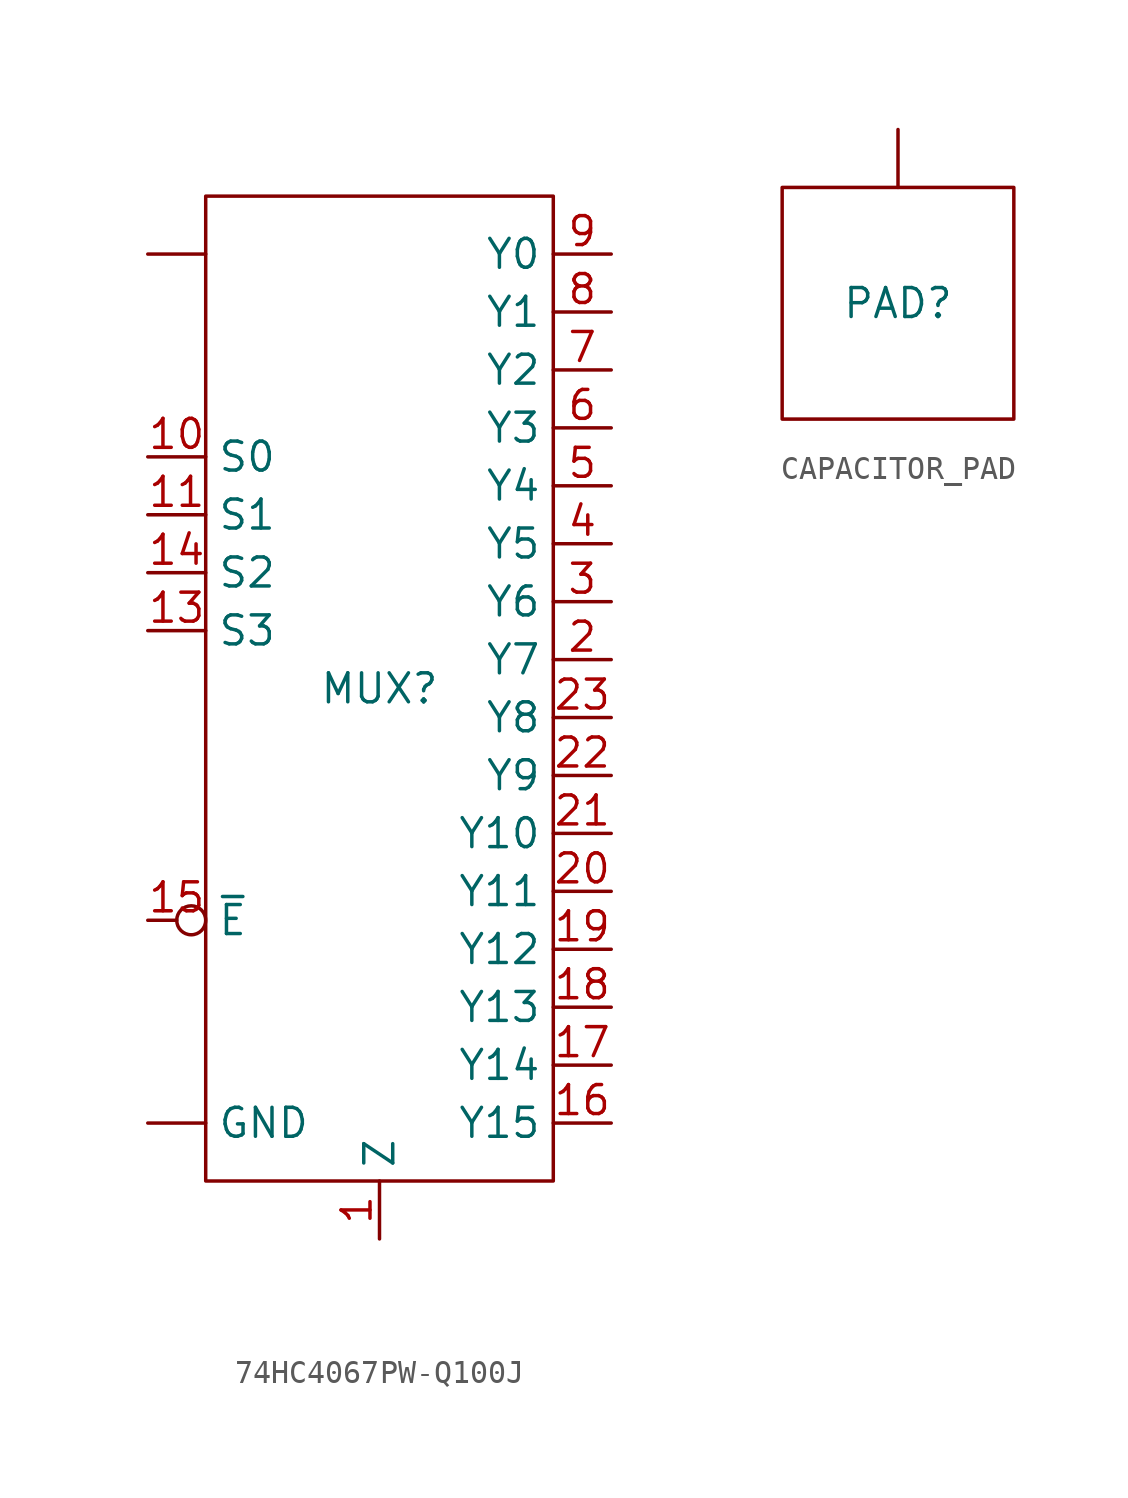
<source format=kicad_sym>
(kicad_symbol_lib
  (version 20220914)
  (generator kicad_symbol_editor)
  (symbol "74HC4067PW-Q100J"
    (property "Reference" "MUX"
      (at 0 0 0)
      (effects (font (size 1.27 1.27))))
    (property "Value" ""
      (at 0 0 0)
      (effects (font (size 1.27 1.27))))
    (symbol "74HC4067PW-Q100J_0_1"
      (rectangle (start -7.62 21.59) (end 7.62 -21.59) (stroke (width 0) (type default)) (fill (type none))))
    (symbol "74HC4067PW-Q100J_1_1"
      (pin power_in line (at -10.16 19.05 0) (length 2.54) (name "" (effects (font (size 1.27 1.27)))) (number "" (effects (font (size 1.27 1.27)))))
      (pin power_in line (at -10.16 -19.05 0) (length 2.54) (name "GND" (effects (font (size 1.27 1.27)))) (number "" (effects (font (size 1.27 1.27)))))
      (pin bidirectional line (at 0 -24.13 90) (length 2.54) (name "Z" (effects (font (size 1.27 1.27)))) (number "1" (effects (font (size 1.27 1.27)))))
      (pin input line (at -10.16 10.16 0) (length 2.54) (name "S0" (effects (font (size 1.27 1.27)))) (number "10" (effects (font (size 1.27 1.27)))))
      (pin input line (at -10.16 7.62 0) (length 2.54) (name "S1" (effects (font (size 1.27 1.27)))) (number "11" (effects (font (size 1.27 1.27)))))
      (pin input line (at -10.16 2.54 0) (length 2.54) (name "S3" (effects (font (size 1.27 1.27)))) (number "13" (effects (font (size 1.27 1.27)))))
      (pin input line (at -10.16 5.08 0) (length 2.54) (name "S2" (effects (font (size 1.27 1.27)))) (number "14" (effects (font (size 1.27 1.27)))))
      (pin input inverted (at -10.16 -10.16 0) (length 2.54) (name "~{E}" (effects (font (size 1.27 1.27)))) (number "15" (effects (font (size 1.27 1.27)))))
      (pin bidirectional line (at 10.16 -19.05 180) (length 2.54) (name "Y15" (effects (font (size 1.27 1.27)))) (number "16" (effects (font (size 1.27 1.27)))))
      (pin bidirectional line (at 10.16 -16.51 180) (length 2.54) (name "Y14" (effects (font (size 1.27 1.27)))) (number "17" (effects (font (size 1.27 1.27)))))
      (pin bidirectional line (at 10.16 -13.97 180) (length 2.54) (name "Y13" (effects (font (size 1.27 1.27)))) (number "18" (effects (font (size 1.27 1.27)))))
      (pin bidirectional line (at 10.16 -11.43 180) (length 2.54) (name "Y12" (effects (font (size 1.27 1.27)))) (number "19" (effects (font (size 1.27 1.27)))))
      (pin bidirectional line (at 10.16 1.27 180) (length 2.54) (name "Y7" (effects (font (size 1.27 1.27)))) (number "2" (effects (font (size 1.27 1.27)))))
      (pin bidirectional line (at 10.16 -8.89 180) (length 2.54) (name "Y11" (effects (font (size 1.27 1.27)))) (number "20" (effects (font (size 1.27 1.27)))))
      (pin bidirectional line (at 10.16 -6.35 180) (length 2.54) (name "Y10" (effects (font (size 1.27 1.27)))) (number "21" (effects (font (size 1.27 1.27)))))
      (pin bidirectional line (at 10.16 -3.81 180) (length 2.54) (name "Y9" (effects (font (size 1.27 1.27)))) (number "22" (effects (font (size 1.27 1.27)))))
      (pin bidirectional line (at 10.16 -1.27 180) (length 2.54) (name "Y8" (effects (font (size 1.27 1.27)))) (number "23" (effects (font (size 1.27 1.27)))))
      (pin bidirectional line (at 10.16 3.81 180) (length 2.54) (name "Y6" (effects (font (size 1.27 1.27)))) (number "3" (effects (font (size 1.27 1.27)))))
      (pin bidirectional line (at 10.16 6.35 180) (length 2.54) (name "Y5" (effects (font (size 1.27 1.27)))) (number "4" (effects (font (size 1.27 1.27)))))
      (pin bidirectional line (at 10.16 8.89 180) (length 2.54) (name "Y4" (effects (font (size 1.27 1.27)))) (number "5" (effects (font (size 1.27 1.27)))))
      (pin bidirectional line (at 10.16 11.43 180) (length 2.54) (name "Y3" (effects (font (size 1.27 1.27)))) (number "6" (effects (font (size 1.27 1.27)))))
      (pin bidirectional line (at 10.16 13.97 180) (length 2.54) (name "Y2" (effects (font (size 1.27 1.27)))) (number "7" (effects (font (size 1.27 1.27)))))
      (pin bidirectional line (at 10.16 16.51 180) (length 2.54) (name "Y1" (effects (font (size 1.27 1.27)))) (number "8" (effects (font (size 1.27 1.27)))))
      (pin bidirectional line (at 10.16 19.05 180) (length 2.54) (name "Y0" (effects (font (size 1.27 1.27)))) (number "9" (effects (font (size 1.27 1.27)))))))
  (symbol "CAPACITOR_PAD"
    (property "Reference" "PAD"
      (at 0 0 0)
      (effects (font (size 1.27 1.27))))
    (property "Value" ""
      (at 0 0 0)
      (effects (font (size 1.27 1.27))))
    (symbol "CAPACITOR_PAD_0_1"
      (rectangle (start -5.08 5.08) (end 5.08 -5.08) (stroke (width 0) (type default)) (fill (type none))))
    (symbol "CAPACITOR_PAD_1_1"
      (pin bidirectional line (at 0 7.62 270) (length 2.54) (name "" (effects (font (size 1.27 1.27)))) (number "" (effects (font (size 1.27 1.27))))))))
</source>
